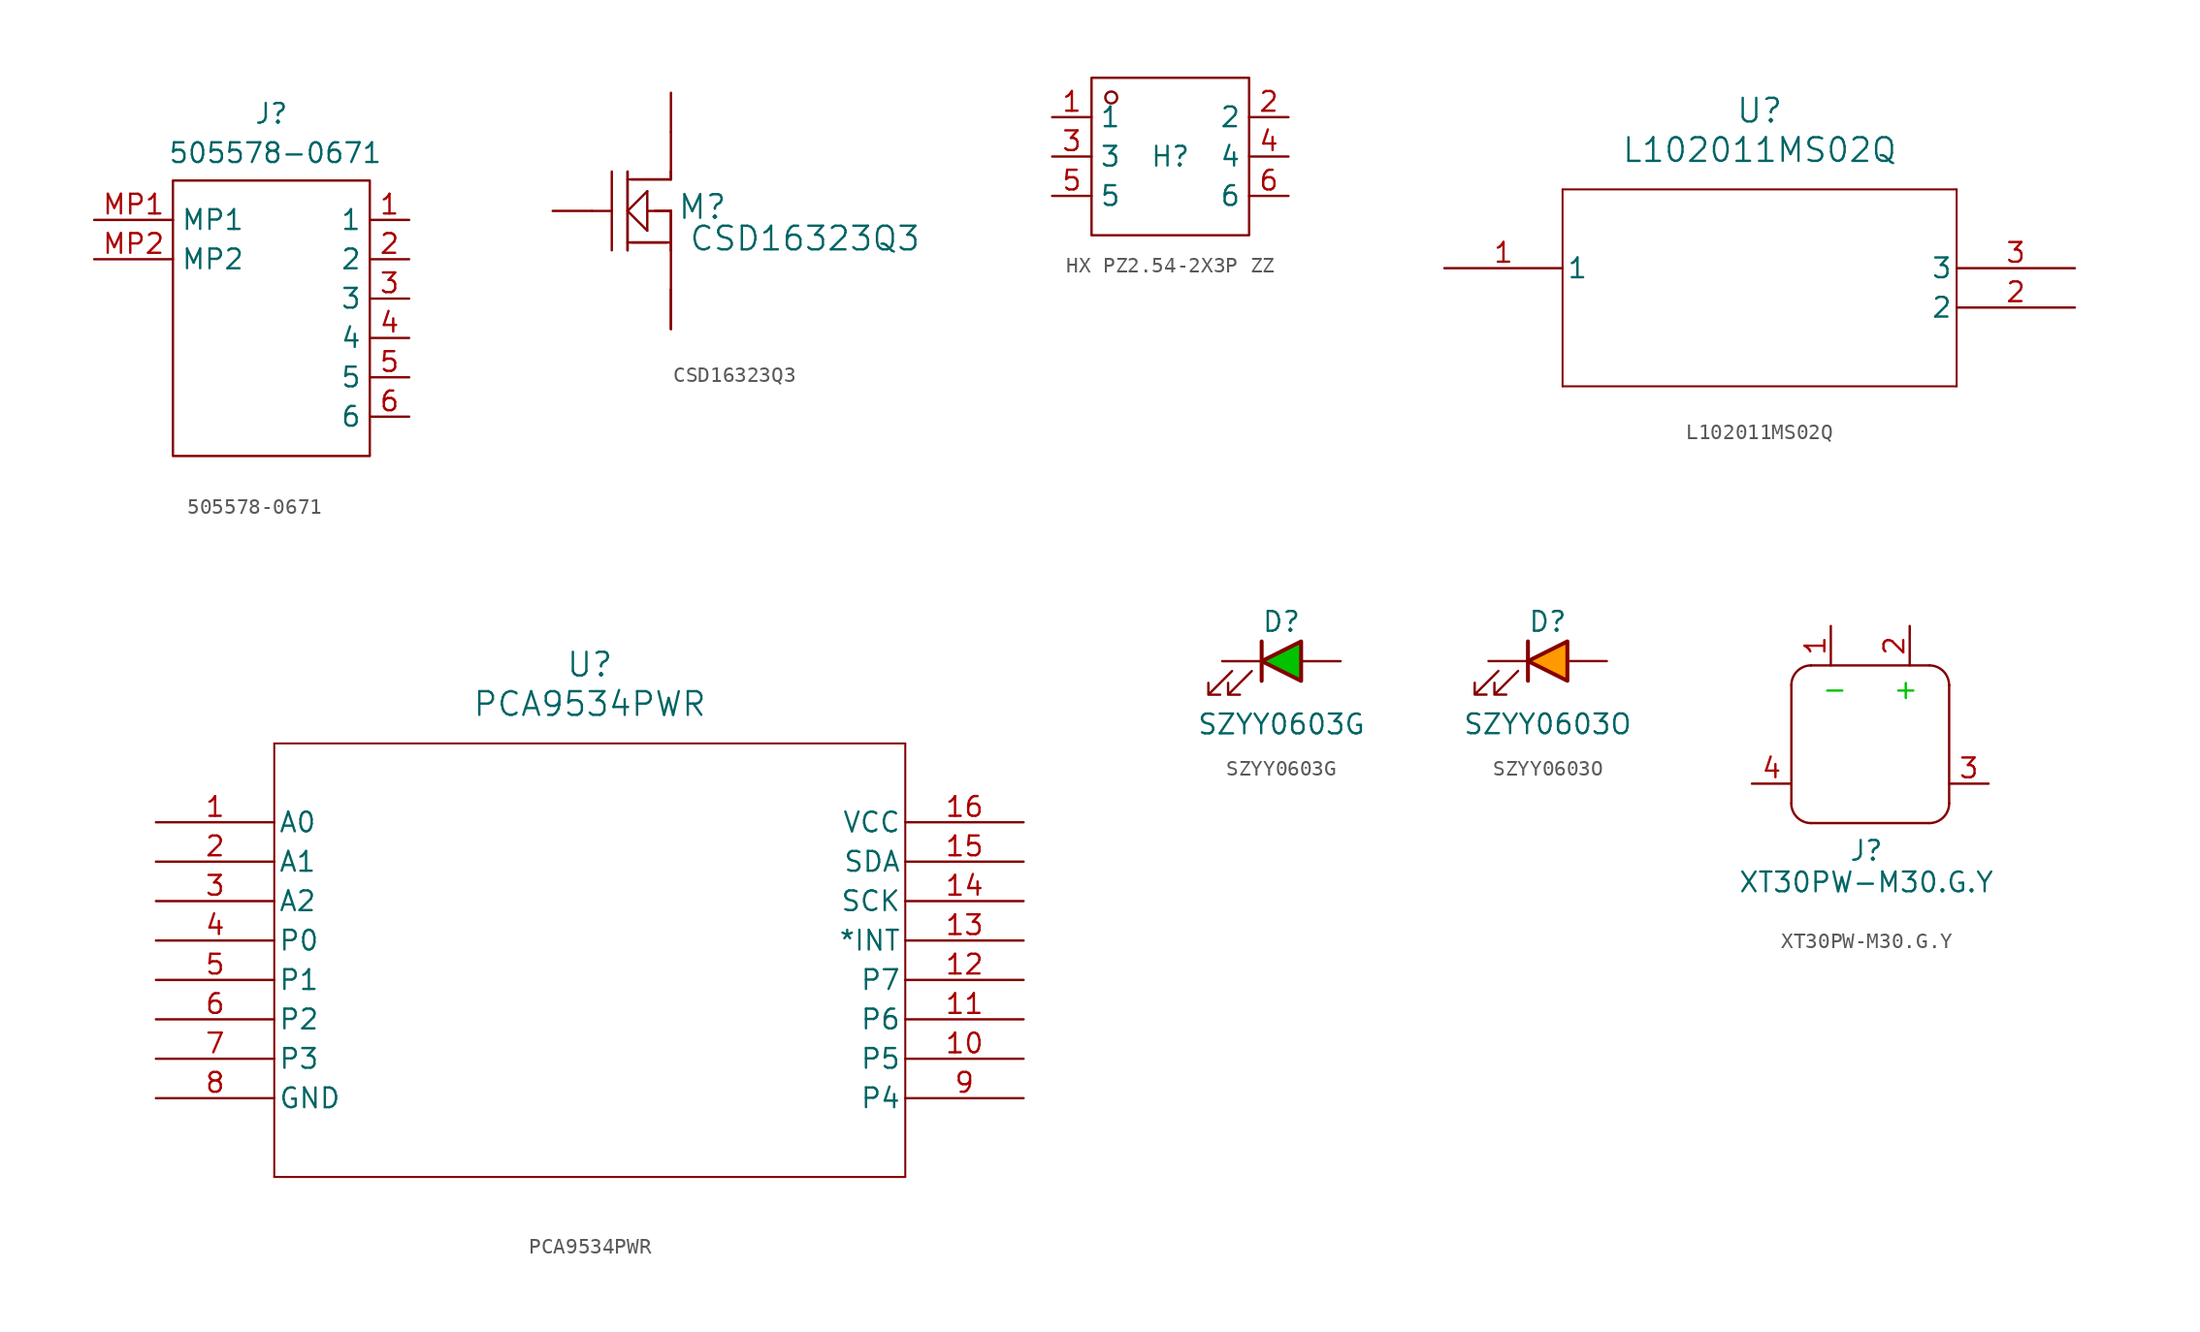
<source format=kicad_sym>
(kicad_symbol_lib
  (version 20241209)
  (generator "kicad_symbol_editor")
  (generator_version "9.0")
  (symbol "505578-0671"
    (property "Reference" "J"
      (at -8.89 6.858 0)
      (effects (font (size 1.27 1.27))))
    (property "Value" "505578-0671"
      (at -8.636 4.318 0)
      (effects (font (size 1.27 1.27))))
    (symbol "505578-0671_0_1"
      (rectangle (start -15.24 2.54) (end -2.54 -15.24) (stroke (width 0) (type default)) (fill (type none))))
    (symbol "505578-0671_1_1"
      (pin free line (at -20.32 0 0) (length 5.08) (name "MP1" (effects (font (size 1.27 1.27)))) (number "MP1" (effects (font (size 1.27 1.27)))))
      (pin free line (at -20.32 -2.54 0) (length 5.08) (name "MP2" (effects (font (size 1.27 1.27)))) (number "MP2" (effects (font (size 1.27 1.27)))))
      (pin passive line (at 0 0 180) (length 2.54) (name "1" (effects (font (size 1.27 1.27)))) (number "1" (effects (font (size 1.27 1.27)))))
      (pin passive line (at 0 -2.54 180) (length 2.54) (name "2" (effects (font (size 1.27 1.27)))) (number "2" (effects (font (size 1.27 1.27)))))
      (pin passive line (at 0 -5.08 180) (length 2.54) (name "3" (effects (font (size 1.27 1.27)))) (number "3" (effects (font (size 1.27 1.27)))))
      (pin passive line (at 0 -7.62 180) (length 2.54) (name "4" (effects (font (size 1.27 1.27)))) (number "4" (effects (font (size 1.27 1.27)))))
      (pin passive line (at 0 -10.16 180) (length 2.54) (name "5" (effects (font (size 1.27 1.27)))) (number "5" (effects (font (size 1.27 1.27)))))
      (pin passive line (at 0 -12.7 180) (length 2.54) (name "6" (effects (font (size 1.27 1.27)))) (number "6" (effects (font (size 1.27 1.27)))))))
  (symbol "CSD16323Q3"
    (pin_names
      (offset 0.254))
    (property "Reference" "M"
      (at 5.842 0.254 0)
      (effects (font (size 1.524 1.524))))
    (property "Value" "CSD16323Q3"
      (at 12.446 -1.778 0)
      (effects (font (size 1.524 1.524))))
    (symbol "CSD16323Q3_1_1"
      (polyline (pts (xy -1.27 0) (xy 0 0)) (stroke (width 0.152) (type default)) (fill (type none)))
      (polyline (pts (xy 0 -2.54) (xy 0 2.54)) (stroke (width 0.152) (type default)) (fill (type none)))
      (polyline (pts (xy 1.016 2.54) (xy 1.016 -2.54)) (stroke (width 0.152) (type default)) (fill (type none)))
      (polyline (pts (xy 1.016 2.54) (xy 1.016 -2.54)) (stroke (width 0.152) (type default)) (fill (type none)))
      (polyline (pts (xy 1.016 0) (xy 2.286 1.27)) (stroke (width 0.152) (type default)) (fill (type none)))
      (polyline (pts (xy 1.016 -2.032) (xy 3.81 -2.032)) (stroke (width 0.152) (type default)) (fill (type none)))
      (polyline (pts (xy 1.27 -2.032) (xy 3.556 -2.032)) (stroke (width 0.152) (type default)) (fill (type none)))
      (polyline (pts (xy 2.286 1.27) (xy 2.286 -1.27)) (stroke (width 0.152) (type default)) (fill (type none)))
      (polyline (pts (xy 2.286 0) (xy 3.81 0)) (stroke (width 0.152) (type default)) (fill (type none)))
      (polyline (pts (xy 2.286 -1.27) (xy 1.016 0)) (stroke (width 0.152) (type default)) (fill (type none)))
      (polyline (pts (xy 2.794 0) (xy 3.81 0)) (stroke (width 0.152) (type default)) (fill (type none)))
      (polyline (pts (xy 3.81 5.08) (xy 3.81 2.54)) (stroke (width 0.152) (type default)) (fill (type none)))
      (polyline (pts (xy 3.81 2.54) (xy 3.81 2.032)) (stroke (width 0.152) (type default)) (fill (type none)))
      (polyline (pts (xy 3.81 2.54) (xy 3.81 2.032)) (stroke (width 0.152) (type default)) (fill (type none)))
      (polyline (pts (xy 3.81 2.032) (xy 1.016 2.032)) (stroke (width 0.152) (type default)) (fill (type none)))
      (polyline (pts (xy 3.81 2.032) (xy 1.27 2.032)) (stroke (width 0.152) (type default)) (fill (type none)))
      (polyline (pts (xy 3.81 0) (xy 3.81 -2.54)) (stroke (width 0.152) (type default)) (fill (type none)))
      (polyline (pts (xy 3.81 0) (xy 3.81 -2.54)) (stroke (width 0.152) (type default)) (fill (type none)))
      (polyline (pts (xy 3.81 -2.54) (xy 3.81 -5.08)) (stroke (width 0.152) (type default)) (fill (type none)))
      (polyline (pts (xy 3.81 -7.62) (xy 3.81 -5.08)) (stroke (width 0.152) (type default)) (fill (type none)))
      (pin input line (at -3.81 0 0) (length 2.54) (name "" (effects (font (size 1.27 1.27)))) (number "1" (effects (font (size 0 0)))))
      (pin output line (at 3.81 7.62 270) (length 2.54) (name "" (effects (font (size 1.27 1.27)))) (number "3" (effects (font (size 0 0)))))
      (pin input line (at 3.81 -7.62 90) (length 2.54) (name "" (effects (font (size 1.27 1.27)))) (number "2" (effects (font (size 0 0)))))))
  (symbol "HX PZ2.54-2X3P ZZ"
    (property "Reference" "H"
      (at 0 0 0)
      (effects (font (size 1.27 1.27))))
    (property "Value" ""
      (at 0 0 0)
      (effects (font (size 1.27 1.27))))
    (symbol "HX PZ2.54-2X3P ZZ_1_0"
      (rectangle (start -5.08 -5.08) (end 5.08 5.08) (stroke (width 0) (type default)) (fill (type none)))
      (circle (center -3.81 3.81) (radius 0.381) (stroke (width 0) (type default)) (fill (type none)))
      (pin unspecified line (at -7.62 2.54 0) (length 2.54) (name "1" (effects (font (size 1.27 1.27)))) (number "1" (effects (font (size 1.27 1.27)))))
      (pin unspecified line (at -7.62 0 0) (length 2.54) (name "3" (effects (font (size 1.27 1.27)))) (number "3" (effects (font (size 1.27 1.27)))))
      (pin unspecified line (at -7.62 -2.54 0) (length 2.54) (name "5" (effects (font (size 1.27 1.27)))) (number "5" (effects (font (size 1.27 1.27)))))
      (pin unspecified line (at 7.62 2.54 180) (length 2.54) (name "2" (effects (font (size 1.27 1.27)))) (number "2" (effects (font (size 1.27 1.27)))))
      (pin unspecified line (at 7.62 0 180) (length 2.54) (name "4" (effects (font (size 1.27 1.27)))) (number "4" (effects (font (size 1.27 1.27)))))
      (pin unspecified line (at 7.62 -2.54 180) (length 2.54) (name "6" (effects (font (size 1.27 1.27)))) (number "6" (effects (font (size 1.27 1.27)))))))
  (symbol "L102011MS02Q"
    (pin_names
      (offset 0.254))
    (property "Reference" "U"
      (at 20.32 10.16 0)
      (effects (font (size 1.524 1.524))))
    (property "Value" "L102011MS02Q"
      (at 20.32 7.62 0)
      (effects (font (size 1.524 1.524))))
    (symbol "L102011MS02Q_0_1"
      (polyline (pts (xy 7.62 5.08) (xy 7.62 -7.62)) (stroke (width 0.127) (type default)) (fill (type none)))
      (polyline (pts (xy 7.62 -7.62) (xy 33.02 -7.62)) (stroke (width 0.127) (type default)) (fill (type none)))
      (polyline (pts (xy 33.02 5.08) (xy 7.62 5.08)) (stroke (width 0.127) (type default)) (fill (type none)))
      (polyline (pts (xy 33.02 -7.62) (xy 33.02 5.08)) (stroke (width 0.127) (type default)) (fill (type none))))
    (symbol "L102011MS02Q_1_1"
      (pin free line (at 0 0 0) (length 7.62) (name "1" (effects (font (size 1.27 1.27)))) (number "1" (effects (font (size 1.27 1.27)))))
      (pin free line (at 40.64 0 180) (length 7.62) (name "3" (effects (font (size 1.27 1.27)))) (number "3" (effects (font (size 1.27 1.27)))))
      (pin free line (at 40.64 -2.54 180) (length 7.62) (name "2" (effects (font (size 1.27 1.27)))) (number "2" (effects (font (size 1.27 1.27)))))))
  (symbol "PCA9534PWR"
    (pin_names
      (offset 0.254))
    (property "Reference" "U"
      (at 27.94 10.16 0)
      (effects (font (size 1.524 1.524))))
    (property "Value" "PCA9534PWR"
      (at 27.94 7.62 0)
      (effects (font (size 1.524 1.524))))
    (symbol "PCA9534PWR_0_1"
      (polyline (pts (xy 7.62 5.08) (xy 7.62 -22.86)) (stroke (width 0.127) (type default)) (fill (type none)))
      (polyline (pts (xy 7.62 -22.86) (xy 48.26 -22.86)) (stroke (width 0.127) (type default)) (fill (type none)))
      (polyline (pts (xy 48.26 5.08) (xy 7.62 5.08)) (stroke (width 0.127) (type default)) (fill (type none)))
      (polyline (pts (xy 48.26 -22.86) (xy 48.26 5.08)) (stroke (width 0.127) (type default)) (fill (type none)))
      (pin input line (at 0 0 0) (length 7.62) (name "A0" (effects (font (size 1.27 1.27)))) (number "1" (effects (font (size 1.27 1.27)))))
      (pin input line (at 0 -2.54 0) (length 7.62) (name "A1" (effects (font (size 1.27 1.27)))) (number "2" (effects (font (size 1.27 1.27)))))
      (pin input line (at 0 -5.08 0) (length 7.62) (name "A2" (effects (font (size 1.27 1.27)))) (number "3" (effects (font (size 1.27 1.27)))))
      (pin bidirectional line (at 0 -7.62 0) (length 7.62) (name "P0" (effects (font (size 1.27 1.27)))) (number "4" (effects (font (size 1.27 1.27)))))
      (pin bidirectional line (at 0 -10.16 0) (length 7.62) (name "P1" (effects (font (size 1.27 1.27)))) (number "5" (effects (font (size 1.27 1.27)))))
      (pin bidirectional line (at 0 -12.7 0) (length 7.62) (name "P2" (effects (font (size 1.27 1.27)))) (number "6" (effects (font (size 1.27 1.27)))))
      (pin bidirectional line (at 0 -15.24 0) (length 7.62) (name "P3" (effects (font (size 1.27 1.27)))) (number "7" (effects (font (size 1.27 1.27)))))
      (pin power_in line (at 0 -17.78 0) (length 7.62) (name "GND" (effects (font (size 1.27 1.27)))) (number "8" (effects (font (size 1.27 1.27)))))
      (pin power_in line (at 55.88 0 180) (length 7.62) (name "VCC" (effects (font (size 1.27 1.27)))) (number "16" (effects (font (size 1.27 1.27)))))
      (pin output line (at 55.88 -7.62 180) (length 7.62) (name "*INT" (effects (font (size 1.27 1.27)))) (number "13" (effects (font (size 1.27 1.27)))))
      (pin bidirectional line (at 55.88 -10.16 180) (length 7.62) (name "P7" (effects (font (size 1.27 1.27)))) (number "12" (effects (font (size 1.27 1.27)))))
      (pin bidirectional line (at 55.88 -12.7 180) (length 7.62) (name "P6" (effects (font (size 1.27 1.27)))) (number "11" (effects (font (size 1.27 1.27)))))
      (pin bidirectional line (at 55.88 -15.24 180) (length 7.62) (name "P5" (effects (font (size 1.27 1.27)))) (number "10" (effects (font (size 1.27 1.27)))))
      (pin bidirectional line (at 55.88 -17.78 180) (length 7.62) (name "P4" (effects (font (size 1.27 1.27)))) (number "9" (effects (font (size 1.27 1.27))))))
    (symbol "PCA9534PWR_1_1"
      (pin bidirectional line (at 55.88 -2.54 180) (length 7.62) (name "SDA" (effects (font (size 1.27 1.27)))) (number "15" (effects (font (size 1.27 1.27)))))
      (pin bidirectional line (at 55.88 -5.08 180) (length 7.62) (name "SCK" (effects (font (size 1.27 1.27)))) (number "14" (effects (font (size 1.27 1.27)))))))
  (symbol "SZYY0603G"
    (property "Reference" "D"
      (at 0 2.54 0)
      (effects (font (size 1.27 1.27))))
    (property "Value" "SZYY0603G"
      (at 0 -4.064 0)
      (effects (font (size 1.27 1.27))))
    (symbol "SZYY0603G_0_1"
      (polyline (pts (xy -3.175 -0.635) (xy -4.699 -2.159) (xy -3.937 -2.159) (xy -4.699 -2.159) (xy -4.699 -1.397)) (stroke (width 0) (type default)) (fill (type none)))
      (polyline (pts (xy -1.905 -0.635) (xy -3.429 -2.159) (xy -2.667 -2.159) (xy -3.429 -2.159) (xy -3.429 -1.397)) (stroke (width 0) (type default)) (fill (type none))))
    (symbol "SZYY0603G_1_1"
      (polyline (pts (xy -1.27 1.27) (xy -1.27 -1.27)) (stroke (width 0.254) (type solid)) (fill (type none)))
      (polyline (pts (xy 1.27 1.27) (xy -1.27 0) (xy 1.27 -1.27) (xy 1.27 1.27)) (stroke (width 0.254) (type solid)) (fill (type color) (color 0 194 0 1)))
      (pin passive line (at -3.81 0 0) (length 2.54) (name "" (effects (font (size 1.27 1.27)))) (number "2" (effects (font (size 0 0)))))
      (pin passive line (at 3.81 0 180) (length 2.54) (name "" (effects (font (size 1.27 1.27)))) (number "1" (effects (font (size 0 0)))))))
  (symbol "SZYY0603O"
    (property "Reference" "D"
      (at 0 2.54 0)
      (effects (font (size 1.27 1.27))))
    (property "Value" "SZYY0603O"
      (at 0 -4.064 0)
      (effects (font (size 1.27 1.27))))
    (symbol "SZYY0603O_0_1"
      (polyline (pts (xy -3.175 -0.635) (xy -4.699 -2.159) (xy -3.937 -2.159) (xy -4.699 -2.159) (xy -4.699 -1.397)) (stroke (width 0) (type default)) (fill (type none)))
      (polyline (pts (xy -1.905 -0.635) (xy -3.429 -2.159) (xy -2.667 -2.159) (xy -3.429 -2.159) (xy -3.429 -1.397)) (stroke (width 0) (type default)) (fill (type none))))
    (symbol "SZYY0603O_1_1"
      (polyline (pts (xy -1.27 1.27) (xy -1.27 -1.27)) (stroke (width 0.254) (type solid)) (fill (type none)))
      (polyline (pts (xy 1.27 1.27) (xy -1.27 0) (xy 1.27 -1.27) (xy 1.27 1.27)) (stroke (width 0.254) (type solid)) (fill (type color) (color 255 153 0 1)))
      (pin passive line (at -3.81 0 0) (length 2.54) (name "" (effects (font (size 1.27 1.27)))) (number "2" (effects (font (size 0 0)))))
      (pin passive line (at 3.81 0 180) (length 2.54) (name "" (effects (font (size 1.27 1.27)))) (number "1" (effects (font (size 0 0)))))))
  (symbol "XT30PW-M30.G.Y"
    (property "Reference" "J"
      (at 2.286 -14.478 0)
      (effects (font (size 1.27 1.27))))
    (property "Value" "XT30PW-M30.G.Y"
      (at 2.286 -16.51 0)
      (effects (font (size 1.27 1.27))))
    (symbol "XT30PW-M30.G.Y_0_1"
      (polyline (pts (xy -2.54 -11.43) (xy -2.54 -3.81)) (stroke (width 0) (type default)) (fill (type none)))
      (polyline (pts (xy -1.27 -2.54) (xy -1.27 -2.54)) (stroke (width 0) (type default)) (fill (type none)))
      (polyline (pts (xy -1.27 -2.54) (xy 6.35 -2.54)) (stroke (width 0) (type default)) (fill (type none)))
      (polyline (pts (xy -1.27 -12.7) (xy 6.35 -12.7)) (stroke (width 0) (type default)) (fill (type none)))
      (arc (start -2.54 -3.81) (mid -2.168 -2.912) (end -1.27 -2.54) (stroke (width 0) (type default)) (fill (type none)))
      (arc (start -1.27 -12.7) (mid -2.168 -12.328) (end -2.54 -11.43) (stroke (width 0) (type default)) (fill (type none)))
      (arc (start 6.35 -2.54) (mid 7.248 -2.912) (end 7.62 -3.81) (stroke (width 0) (type default)) (fill (type none)))
      (arc (start 7.62 -11.43) (mid 7.248 -12.328) (end 6.35 -12.7) (stroke (width 0) (type default)) (fill (type none)))
      (polyline (pts (xy 7.62 -3.81) (xy 7.62 -3.81)) (stroke (width 0) (type default)) (fill (type none)))
      (polyline (pts (xy 7.62 -3.81) (xy 7.62 -11.43)) (stroke (width 0) (type default)) (fill (type none))))
    (symbol "XT30PW-M30.G.Y_1_1"
      (text "-" (at 0.254 -4.064 0) (effects (font (size 1.27 1.27) (color 0 194 0 1))))
      (text "+\n" (at 4.826 -4.064 0) (effects (font (size 1.27 1.27) (color 0 194 0 1))))
      (pin passive line (at -5.08 -10.16 0) (length 2.54) (name "" (effects (font (size 1.27 1.27)))) (number "4" (effects (font (size 1.27 1.27)))))
      (pin power_in line (at 0 0 270) (length 2.54) (name "" (effects (font (size 1.27 1.27)))) (number "1" (effects (font (size 1.27 1.27)))))
      (pin power_in line (at 5.08 0 270) (length 2.54) (name "" (effects (font (size 1.27 1.27)))) (number "2" (effects (font (size 1.27 1.27)))))
      (pin passive line (at 10.16 -10.16 180) (length 2.54) (name "" (effects (font (size 1.27 1.27)))) (number "3" (effects (font (size 1.27 1.27))))))))
</source>
